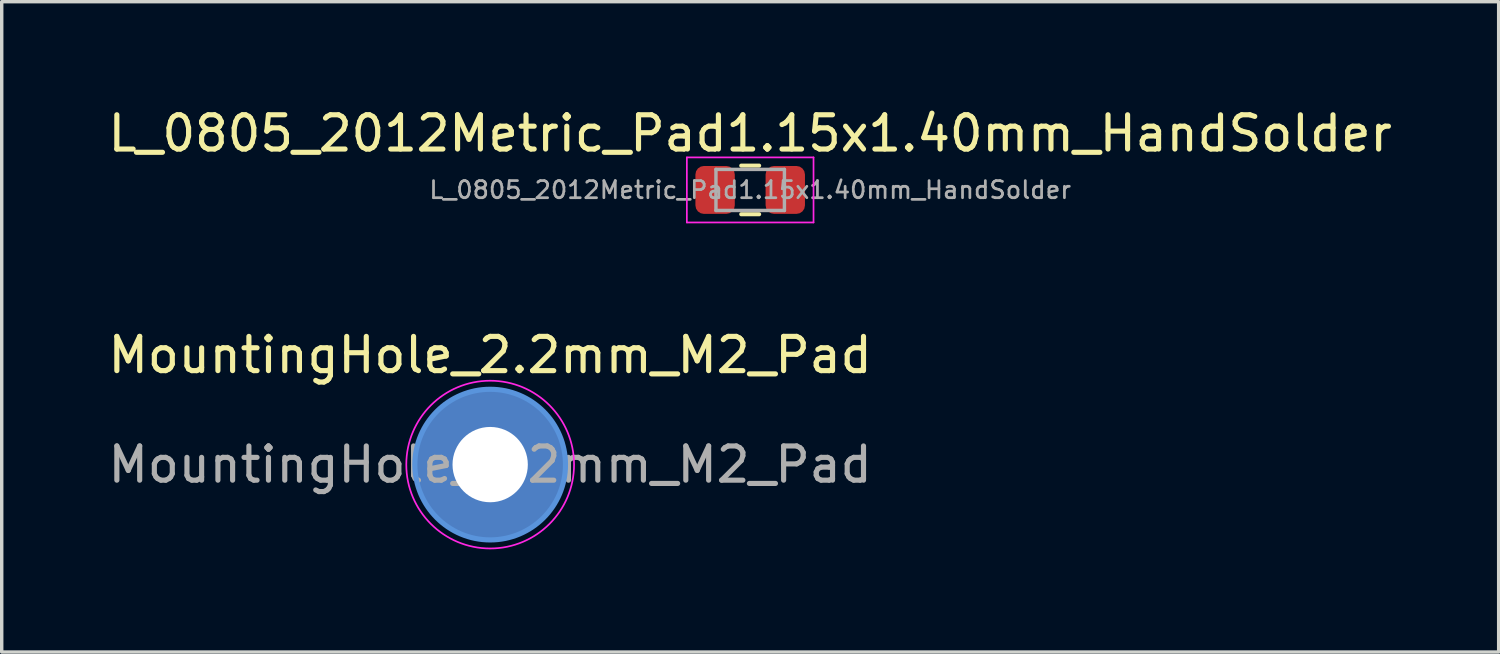
<source format=kicad_pcb>
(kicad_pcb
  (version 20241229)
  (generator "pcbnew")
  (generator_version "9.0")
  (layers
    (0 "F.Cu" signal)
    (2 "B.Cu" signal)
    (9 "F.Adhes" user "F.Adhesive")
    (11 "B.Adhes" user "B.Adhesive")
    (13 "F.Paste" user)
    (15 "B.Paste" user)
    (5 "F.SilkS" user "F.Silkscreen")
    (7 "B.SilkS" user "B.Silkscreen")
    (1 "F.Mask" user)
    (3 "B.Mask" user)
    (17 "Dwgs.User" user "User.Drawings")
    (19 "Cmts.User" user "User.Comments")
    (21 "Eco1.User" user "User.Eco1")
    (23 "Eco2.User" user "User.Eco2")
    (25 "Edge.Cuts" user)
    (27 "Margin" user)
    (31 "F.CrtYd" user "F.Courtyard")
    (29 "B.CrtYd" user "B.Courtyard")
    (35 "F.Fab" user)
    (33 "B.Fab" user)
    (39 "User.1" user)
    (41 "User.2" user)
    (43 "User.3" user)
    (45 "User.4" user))
  (footprint "L_0805_2012Metric_Pad1.15x1.40mm_HandSolder"
    (layer "F.Cu")
    (at 18.863 2.498)
    (property "Reference" "L_0805_2012Metric_Pad1.15x1.40mm_HandSolder" (at 0 -1.65 0) (layer "F.SilkS") (effects (font (size 1 1) (thickness 0.15))))
    (attr smd)
    (fp_line (start -0.261 -0.71) (end 0.261 -0.71) (stroke (width 0.12) (type solid)) (layer "F.SilkS"))
    (fp_line (start -0.261 0.71) (end 0.261 0.71) (stroke (width 0.12) (type solid)) (layer "F.SilkS"))
    (fp_line (start -1.85 -0.95) (end 1.85 -0.95) (stroke (width 0.05) (type solid)) (layer "F.CrtYd"))
    (fp_line (start -1.85 0.95) (end -1.85 -0.95) (stroke (width 0.05) (type solid)) (layer "F.CrtYd"))
    (fp_line (start 1.85 -0.95) (end 1.85 0.95) (stroke (width 0.05) (type solid)) (layer "F.CrtYd"))
    (fp_line (start 1.85 0.95) (end -1.85 0.95) (stroke (width 0.05) (type solid)) (layer "F.CrtYd"))
    (fp_line (start -1 -0.6) (end 1 -0.6) (stroke (width 0.1) (type solid)) (layer "F.Fab"))
    (fp_line (start -1 0.6) (end -1 -0.6) (stroke (width 0.1) (type solid)) (layer "F.Fab"))
    (fp_line (start 1 -0.6) (end 1 0.6) (stroke (width 0.1) (type solid)) (layer "F.Fab"))
    (fp_line (start 1 0.6) (end -1 0.6) (stroke (width 0.1) (type solid)) (layer "F.Fab"))
    (fp_text user "${REFERENCE}" (at 0 0 0) (layer "F.Fab") (effects (font (size 0.5 0.5) (thickness 0.08))))
    (pad "1" smd roundrect (at -1.025 0) (size 1.15 1.4) (layers "F.Cu" "F.Mask" "F.Paste") (roundrect_rratio 0.217))
    (pad "2" smd roundrect (at 1.025 0) (size 1.15 1.4) (layers "F.Cu" "F.Mask" "F.Paste") (roundrect_rratio 0.217)))
  (footprint "MountingHole_2.2mm_M2_Pad"
    (layer "F.Cu")
    (at 11.268 10.521)
    (property "Reference" "MountingHole_2.2mm_M2_Pad" (at 0 -3.2 0) (layer "F.SilkS") (effects (font (size 1 1) (thickness 0.15))))
    (attr exclude_from_pos_files)
    (fp_circle (center 0 0) (end 2.2 0) (stroke (width 0.15) (type solid)) (fill no) (layer "Cmts.User"))
    (fp_circle (center 0 0) (end 2.45 0) (stroke (width 0.05) (type solid)) (fill no) (layer "F.CrtYd"))
    (fp_text user "${REFERENCE}" (at 0 0 0) (layer "F.Fab") (effects (font (size 1 1) (thickness 0.15))))
    (pad "1" thru_hole circle (at 0 0) (size 4.4 4.4) (drill 2.2) (layers "*.Cu" "*.Mask")))
  (gr_rect
    (start -3 -3)
    (end 40.726 15.996)
    (stroke (width 0.1) (type default))
    (fill no)
    (layer "Edge.Cuts")))
</source>
